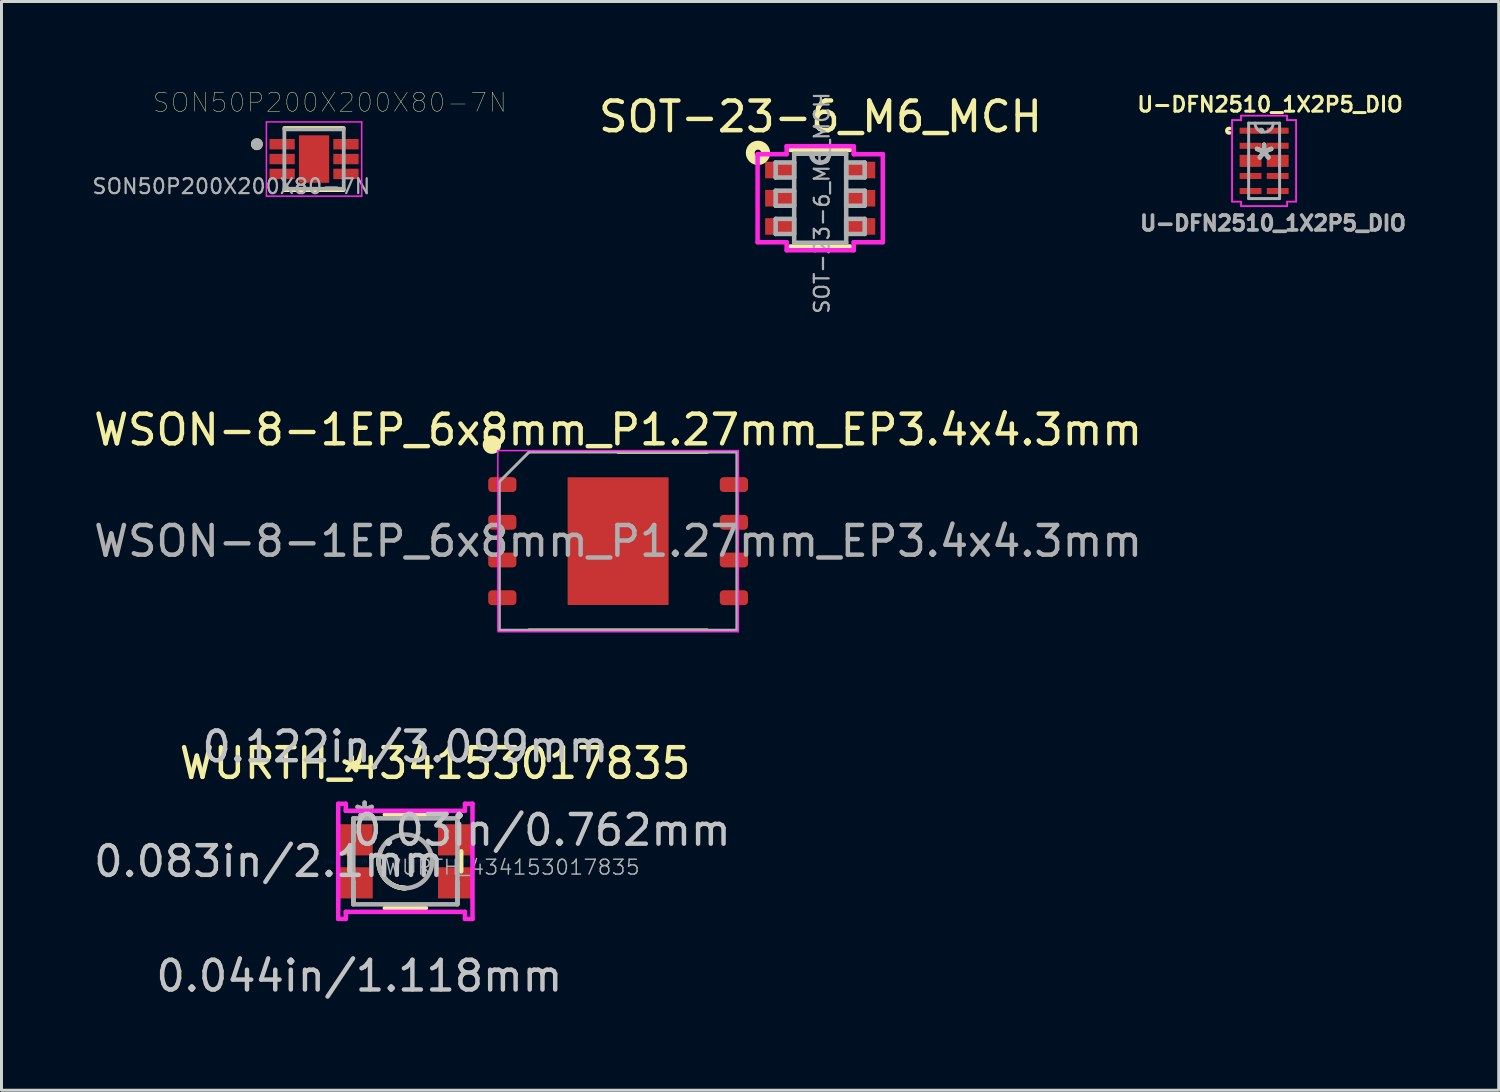
<source format=kicad_pcb>
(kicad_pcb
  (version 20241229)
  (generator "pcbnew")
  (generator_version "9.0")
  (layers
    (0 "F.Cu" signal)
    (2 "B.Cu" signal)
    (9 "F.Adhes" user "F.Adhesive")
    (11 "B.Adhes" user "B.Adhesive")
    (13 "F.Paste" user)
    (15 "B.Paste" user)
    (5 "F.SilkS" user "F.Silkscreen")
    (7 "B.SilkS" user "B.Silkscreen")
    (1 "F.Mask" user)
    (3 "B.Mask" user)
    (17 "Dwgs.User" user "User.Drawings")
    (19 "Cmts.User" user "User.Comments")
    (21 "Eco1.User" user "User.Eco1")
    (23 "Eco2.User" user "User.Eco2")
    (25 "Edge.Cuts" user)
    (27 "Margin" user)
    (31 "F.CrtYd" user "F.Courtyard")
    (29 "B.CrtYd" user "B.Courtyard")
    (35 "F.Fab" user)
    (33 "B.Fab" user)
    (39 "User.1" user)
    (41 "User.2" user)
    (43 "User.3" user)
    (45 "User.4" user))
  (footprint "SOT-23-6_M6_MCH"
    (layer "F.Cu")
    (at 24.574 3.626)
    (property "Reference" "SOT-23-6_M6_MCH" (at 0.01 -2.746 0) (layer "F.SilkS") (effects (font (size 1 1) (thickness 0.15))))
    (attr through_hole)
    (fp_line (start -1.003 1.626) (end 1.003 1.626) (stroke (width 0.152) (type solid)) (layer "F.SilkS"))
    (fp_line (start 1.003 -1.626) (end -1.003 -1.626) (stroke (width 0.152) (type solid)) (layer "F.SilkS"))
    (fp_circle (center -2.095 -1.527) (end -1.986 -1.516) (stroke (width 0.3) (type solid)) (fill no) (layer "F.SilkS"))
    (fp_line (start -2.108 -1.483) (end -1.13 -1.483) (stroke (width 0.152) (type solid)) (layer "F.CrtYd"))
    (fp_line (start -2.108 1.483) (end -2.108 -1.483) (stroke (width 0.152) (type solid)) (layer "F.CrtYd"))
    (fp_line (start -1.13 -1.753) (end 1.13 -1.753) (stroke (width 0.152) (type solid)) (layer "F.CrtYd"))
    (fp_line (start -1.13 -1.483) (end -1.13 -1.753) (stroke (width 0.152) (type solid)) (layer "F.CrtYd"))
    (fp_line (start -1.13 1.483) (end -2.108 1.483) (stroke (width 0.152) (type solid)) (layer "F.CrtYd"))
    (fp_line (start -1.13 1.753) (end -1.13 1.483) (stroke (width 0.152) (type solid)) (layer "F.CrtYd"))
    (fp_line (start 1.13 -1.753) (end 1.13 -1.483) (stroke (width 0.152) (type solid)) (layer "F.CrtYd"))
    (fp_line (start 1.13 -1.483) (end 2.108 -1.483) (stroke (width 0.152) (type solid)) (layer "F.CrtYd"))
    (fp_line (start 1.13 1.483) (end 1.13 1.753) (stroke (width 0.152) (type solid)) (layer "F.CrtYd"))
    (fp_line (start 1.13 1.753) (end -1.13 1.753) (stroke (width 0.152) (type solid)) (layer "F.CrtYd"))
    (fp_line (start 2.108 -1.483) (end 2.108 1.483) (stroke (width 0.152) (type solid)) (layer "F.CrtYd"))
    (fp_line (start 2.108 1.483) (end 1.13 1.483) (stroke (width 0.152) (type solid)) (layer "F.CrtYd"))
    (fp_line (start -1.499 -1.204) (end -1.499 -0.696) (stroke (width 0.152) (type solid)) (layer "F.Fab"))
    (fp_line (start -1.499 -0.696) (end -0.876 -0.696) (stroke (width 0.152) (type solid)) (layer "F.Fab"))
    (fp_line (start -1.499 -0.254) (end -1.499 0.254) (stroke (width 0.152) (type solid)) (layer "F.Fab"))
    (fp_line (start -1.499 0.254) (end -0.876 0.254) (stroke (width 0.152) (type solid)) (layer "F.Fab"))
    (fp_line (start -1.499 0.696) (end -1.499 1.204) (stroke (width 0.152) (type solid)) (layer "F.Fab"))
    (fp_line (start -1.499 1.204) (end -0.876 1.204) (stroke (width 0.152) (type solid)) (layer "F.Fab"))
    (fp_line (start -0.876 -1.499) (end -0.876 1.499) (stroke (width 0.152) (type solid)) (layer "F.Fab"))
    (fp_line (start -0.876 -1.204) (end -1.499 -1.204) (stroke (width 0.152) (type solid)) (layer "F.Fab"))
    (fp_line (start -0.876 -0.696) (end -0.876 -1.204) (stroke (width 0.152) (type solid)) (layer "F.Fab"))
    (fp_line (start -0.876 -0.254) (end -1.499 -0.254) (stroke (width 0.152) (type solid)) (layer "F.Fab"))
    (fp_line (start -0.876 0.254) (end -0.876 -0.254) (stroke (width 0.152) (type solid)) (layer "F.Fab"))
    (fp_line (start -0.876 0.696) (end -1.499 0.696) (stroke (width 0.152) (type solid)) (layer "F.Fab"))
    (fp_line (start -0.876 1.204) (end -0.876 0.696) (stroke (width 0.152) (type solid)) (layer "F.Fab"))
    (fp_line (start -0.876 1.499) (end 0.876 1.499) (stroke (width 0.152) (type solid)) (layer "F.Fab"))
    (fp_line (start 0.876 -1.499) (end -0.876 -1.499) (stroke (width 0.152) (type solid)) (layer "F.Fab"))
    (fp_line (start 0.876 -1.204) (end 0.876 -0.696) (stroke (width 0.152) (type solid)) (layer "F.Fab"))
    (fp_line (start 0.876 -0.696) (end 1.499 -0.696) (stroke (width 0.152) (type solid)) (layer "F.Fab"))
    (fp_line (start 0.876 -0.254) (end 0.876 0.254) (stroke (width 0.152) (type solid)) (layer "F.Fab"))
    (fp_line (start 0.876 0.254) (end 1.499 0.254) (stroke (width 0.152) (type solid)) (layer "F.Fab"))
    (fp_line (start 0.876 0.696) (end 0.876 1.204) (stroke (width 0.152) (type solid)) (layer "F.Fab"))
    (fp_line (start 0.876 1.204) (end 1.499 1.204) (stroke (width 0.152) (type solid)) (layer "F.Fab"))
    (fp_line (start 0.876 1.499) (end 0.876 -1.499) (stroke (width 0.152) (type solid)) (layer "F.Fab"))
    (fp_line (start 1.499 -1.204) (end 0.876 -1.204) (stroke (width 0.152) (type solid)) (layer "F.Fab"))
    (fp_line (start 1.499 -0.696) (end 1.499 -1.204) (stroke (width 0.152) (type solid)) (layer "F.Fab"))
    (fp_line (start 1.499 -0.254) (end 0.876 -0.254) (stroke (width 0.152) (type solid)) (layer "F.Fab"))
    (fp_line (start 1.499 0.254) (end 1.499 -0.254) (stroke (width 0.152) (type solid)) (layer "F.Fab"))
    (fp_line (start 1.499 0.696) (end 0.876 0.696) (stroke (width 0.152) (type solid)) (layer "F.Fab"))
    (fp_line (start 1.499 1.204) (end 1.499 0.696) (stroke (width 0.152) (type solid)) (layer "F.Fab"))
    (fp_arc (start 0.3048 -1.4986) (mid 0 -1.1938) (end -0.3048 -1.4986) (stroke (width 0.1524) (type solid)) (layer "F.Fab"))
    (fp_text user "${REFERENCE}" (at 0.058 0.163 90) (layer "F.Fab") (effects (font (size 0.5 0.5) (thickness 0.075))))
    (pad "1" smd rect (at -1.365 -0.95) (size 0.978 0.559) (layers "F.Cu" "F.Mask" "F.Paste"))
    (pad "2" smd rect (at -1.365 0) (size 0.978 0.559) (layers "F.Cu" "F.Mask" "F.Paste"))
    (pad "3" smd rect (at -1.365 0.95) (size 0.978 0.559) (layers "F.Cu" "F.Mask" "F.Paste"))
    (pad "4" smd rect (at 1.365 0.95) (size 0.978 0.559) (layers "F.Cu" "F.Mask" "F.Paste"))
    (pad "5" smd rect (at 1.365 0) (size 0.978 0.559) (layers "F.Cu" "F.Mask" "F.Paste"))
    (pad "6" smd rect (at 1.365 -0.95) (size 0.978 0.559) (layers "F.Cu" "F.Mask" "F.Paste")))
  (footprint "WURTH_434153017835"
    (layer "F.Cu")
    (at 10.603 25.96)
    (property "Reference" "WURTH_434153017835" (at 1 -3.3 0) (layer "F.SilkS") (effects (font (size 1 1) (thickness 0.15))))
    (attr through_hole)
    (fp_line (start -1.88 -0.336) (end -1.88 0.336) (stroke (width 0.152) (type solid)) (layer "F.SilkS"))
    (fp_line (start -0.691 1.575) (end 0.691 1.575) (stroke (width 0.152) (type solid)) (layer "F.SilkS"))
    (fp_line (start 0.691 -1.575) (end -0.691 -1.575) (stroke (width 0.152) (type solid)) (layer "F.SilkS"))
    (fp_line (start 1.88 0.336) (end 1.88 -0.336) (stroke (width 0.152) (type solid)) (layer "F.SilkS"))
    (fp_arc (start -0.9017 0) (mid -0.879659 -0.198148) (end -0.814614 -0.386609) (stroke (width 0.1524) (type solid)) (layer "F.SilkS"))
    (fp_arc (start 0 0.9017) (mid -0.662912 0.611237) (end -0.898739 -0.07302) (stroke (width 0.1524) (type solid)) (layer "F.SilkS"))
    (fp_arc (start 0 0.9017) (mid -0.662912 0.611236) (end -0.898738 -0.073021) (stroke (width 0.1524) (type solid)) (layer "F.SilkS"))
    (fp_arc (start 0 0.9017) (mid -0.386609 0.814614) (end -0.698541 0.570179) (stroke (width 0.1524) (type solid)) (layer "F.SilkS"))
    (fp_arc (start 0 0.9017) (mid -0.198148 0.879659) (end -0.386609 0.814614) (stroke (width 0.1524) (type solid)) (layer "F.SilkS"))
    (fp_line (start -2.261 -1.939) (end -2.007 -1.939) (stroke (width 0.152) (type solid)) (layer "F.CrtYd"))
    (fp_line (start -2.261 1.939) (end -2.261 -1.939) (stroke (width 0.152) (type solid)) (layer "F.CrtYd"))
    (fp_line (start -2.007 -1.939) (end -2.007 -1.702) (stroke (width 0.152) (type solid)) (layer "F.CrtYd"))
    (fp_line (start -2.007 -1.702) (end 2.007 -1.702) (stroke (width 0.152) (type solid)) (layer "F.CrtYd"))
    (fp_line (start -2.007 1.702) (end -2.007 1.939) (stroke (width 0.152) (type solid)) (layer "F.CrtYd"))
    (fp_line (start -2.007 1.939) (end -2.261 1.939) (stroke (width 0.152) (type solid)) (layer "F.CrtYd"))
    (fp_line (start 2.007 -1.939) (end 2.261 -1.939) (stroke (width 0.152) (type solid)) (layer "F.CrtYd"))
    (fp_line (start 2.007 -1.702) (end 2.007 -1.939) (stroke (width 0.152) (type solid)) (layer "F.CrtYd"))
    (fp_line (start 2.007 1.702) (end -2.007 1.702) (stroke (width 0.152) (type solid)) (layer "F.CrtYd"))
    (fp_line (start 2.007 1.939) (end 2.007 1.702) (stroke (width 0.152) (type solid)) (layer "F.CrtYd"))
    (fp_line (start 2.261 -1.939) (end 2.261 1.939) (stroke (width 0.152) (type solid)) (layer "F.CrtYd"))
    (fp_line (start 2.261 1.939) (end 2.007 1.939) (stroke (width 0.152) (type solid)) (layer "F.CrtYd"))
    (fp_line (start -1.753 -1.448) (end -1.753 1.448) (stroke (width 0.152) (type solid)) (layer "F.Fab"))
    (fp_line (start -1.753 -1.406) (end -1.753 -1.406) (stroke (width 0.152) (type solid)) (layer "F.Fab"))
    (fp_line (start -1.753 -1.406) (end -1.753 -0.694) (stroke (width 0.152) (type solid)) (layer "F.Fab"))
    (fp_line (start -1.753 -0.694) (end -1.753 -1.406) (stroke (width 0.152) (type solid)) (layer "F.Fab"))
    (fp_line (start -1.753 -0.694) (end -1.753 -0.694) (stroke (width 0.152) (type solid)) (layer "F.Fab"))
    (fp_line (start -1.753 0.694) (end -1.753 0.694) (stroke (width 0.152) (type solid)) (layer "F.Fab"))
    (fp_line (start -1.753 0.694) (end -1.753 1.406) (stroke (width 0.152) (type solid)) (layer "F.Fab"))
    (fp_line (start -1.753 1.406) (end -1.753 0.694) (stroke (width 0.152) (type solid)) (layer "F.Fab"))
    (fp_line (start -1.753 1.406) (end -1.753 1.406) (stroke (width 0.152) (type solid)) (layer "F.Fab"))
    (fp_line (start -1.753 1.448) (end 1.753 1.448) (stroke (width 0.152) (type solid)) (layer "F.Fab"))
    (fp_line (start 1.753 -1.448) (end -1.753 -1.448) (stroke (width 0.152) (type solid)) (layer "F.Fab"))
    (fp_line (start 1.753 -1.406) (end 1.753 -1.406) (stroke (width 0.152) (type solid)) (layer "F.Fab"))
    (fp_line (start 1.753 -1.406) (end 1.753 -0.694) (stroke (width 0.152) (type solid)) (layer "F.Fab"))
    (fp_line (start 1.753 -0.694) (end 1.753 -1.406) (stroke (width 0.152) (type solid)) (layer "F.Fab"))
    (fp_line (start 1.753 -0.694) (end 1.753 -0.694) (stroke (width 0.152) (type solid)) (layer "F.Fab"))
    (fp_line (start 1.753 0.694) (end 1.753 0.694) (stroke (width 0.152) (type solid)) (layer "F.Fab"))
    (fp_line (start 1.753 0.694) (end 1.753 1.406) (stroke (width 0.152) (type solid)) (layer "F.Fab"))
    (fp_line (start 1.753 1.406) (end 1.753 0.694) (stroke (width 0.152) (type solid)) (layer "F.Fab"))
    (fp_line (start 1.753 1.406) (end 1.753 1.406) (stroke (width 0.152) (type solid)) (layer "F.Fab"))
    (fp_line (start 1.753 1.448) (end 1.753 -1.448) (stroke (width 0.152) (type solid)) (layer "F.Fab"))
    (fp_circle (center 0 0) (end 0.902 0) (stroke (width 0.152) (type solid)) (fill no) (layer "F.Fab"))
    (fp_text user "*" (at -1.803 -2.955 0) (layer "F.SilkS") (effects (font (size 1 1) (thickness 0.15))))
    (fp_text user "*" (at -1.803 -2.955 0) (layer "F.SilkS") (effects (font (size 1 1) (thickness 0.15))))
    (fp_text user "0.083in/2.1mm" (at -4.597 0 0) (layer "Dwgs.User") (effects (font (size 1 1) (thickness 0.15))))
    (fp_text user "0.03in/0.762mm" (at 4.597 -1.05 0) (layer "Dwgs.User") (effects (font (size 1 1) (thickness 0.15))))
    (fp_text user "0.044in/1.118mm" (at -1.549 3.861 0) (layer "Dwgs.User") (effects (font (size 1 1) (thickness 0.15))))
    (fp_text user "0.122in/3.099mm" (at 0 -3.861 0) (layer "Dwgs.User") (effects (font (size 1 1) (thickness 0.15))))
    (fp_text user "Copyright 2016 Accelerated Designs. All rights reserved." (at 0 0 0) (layer "Cmts.User") (effects (font (size 0.127 0.127) (thickness 0.002))))
    (fp_text user "*" (at -1.372 -1.431 0) (layer "F.Fab") (effects (font (size 1 1) (thickness 0.15))))
    (fp_text user "*" (at -1.372 -1.431 0) (layer "F.Fab") (effects (font (size 1 1) (thickness 0.15))))
    (fp_text user "${REFERENCE}" (at 3.6 0.2 0) (layer "F.Fab") (effects (font (size 0.5 0.5) (thickness 0.05))))
    (pad "1" smd rect (at -1.675 -0.725) (size 1.15 1.05) (layers "F.Cu" "F.Mask" "F.Paste"))
    (pad "2" smd rect (at -1.675 0.725) (size 1.15 1.05) (layers "F.Cu" "F.Mask" "F.Paste"))
    (pad "3" smd rect (at 1.675 -0.725) (size 1.15 1.05) (layers "F.Cu" "F.Mask" "F.Paste"))
    (pad "4" smd rect (at 1.675 0.725) (size 1.15 1.05) (layers "F.Cu" "F.Mask" "F.Paste")))
  (footprint "SON50P200X200X80-7N"
    (layer "F.Cu")
    (at 7.527 2.307)
    (property "Reference" "SON50P200X200X80-7N" (at 0.532 -1.906 0) (layer "F.SilkS") (effects (font (size 0.64 0.64) (thickness 0.015))))
    (attr through_hole)
    (fp_line (start -1 -1.045) (end 1 -1.045) (stroke (width 0.127) (type solid)) (layer "F.SilkS"))
    (fp_line (start -1 1.045) (end 1 1.045) (stroke (width 0.127) (type solid)) (layer "F.SilkS"))
    (fp_circle (center -1.925 -0.5) (end -1.825 -0.5) (stroke (width 0.2) (type solid)) (fill no) (layer "F.SilkS"))
    (fp_poly (pts (xy -0.29 -0.46) (xy 0.29 -0.46) (xy 0.29 0.46) (xy -0.29 0.46)) (stroke (width 0.01) (type solid)) (fill yes) (layer "F.Paste"))
    (fp_line (start -1.605 -1.25) (end -1.605 1.25) (stroke (width 0.05) (type solid)) (layer "F.CrtYd"))
    (fp_line (start -1.605 -1.25) (end 1.605 -1.25) (stroke (width 0.05) (type solid)) (layer "F.CrtYd"))
    (fp_line (start -1.605 1.25) (end 1.605 1.25) (stroke (width 0.05) (type solid)) (layer "F.CrtYd"))
    (fp_line (start 1.605 -1.25) (end 1.605 1.25) (stroke (width 0.05) (type solid)) (layer "F.CrtYd"))
    (fp_line (start -1 -1) (end -1 1) (stroke (width 0.127) (type solid)) (layer "F.Fab"))
    (fp_line (start -1 -1) (end 1 -1) (stroke (width 0.127) (type solid)) (layer "F.Fab"))
    (fp_line (start -1 1) (end 1 1) (stroke (width 0.127) (type solid)) (layer "F.Fab"))
    (fp_line (start 1 -1) (end 1 1) (stroke (width 0.127) (type solid)) (layer "F.Fab"))
    (fp_circle (center -1.925 -0.5) (end -1.825 -0.5) (stroke (width 0.2) (type solid)) (fill no) (layer "F.Fab"))
    (fp_text user "${REFERENCE}" (at -2.786 0.919 0) (layer "F.Fab") (effects (font (size 0.5 0.5) (thickness 0.075))))
    (pad "1" smd rect (at -1.075 -0.5) (size 0.85 0.35) (layers "F.Cu" "F.Mask" "F.Paste"))
    (pad "2" smd rect (at -1.075 0) (size 0.85 0.35) (layers "F.Cu" "F.Mask" "F.Paste"))
    (pad "3" smd rect (at -1.075 0.5) (size 0.85 0.35) (layers "F.Cu" "F.Mask" "F.Paste"))
    (pad "4" smd rect (at 1.075 0.5) (size 0.85 0.35) (layers "F.Cu" "F.Mask" "F.Paste"))
    (pad "5" smd rect (at 1.075 0) (size 0.85 0.35) (layers "F.Cu" "F.Mask" "F.Paste"))
    (pad "6" smd rect (at 1.075 -0.5) (size 0.85 0.35) (layers "F.Cu" "F.Mask" "F.Paste"))
    (pad "7" smd rect (at 0 0) (size 1.02 1.6) (layers "F.Cu" "F.Mask")))
  (footprint "U-DFN2510_1X2P5_DIO"
    (layer "F.Cu")
    (at 39.526 2.368)
    (property "Reference" "U-DFN2510_1X2P5_DIO" (at 0.2 -1.9 0) (layer "F.SilkS") (effects (font (size 0.5 0.5) (thickness 0.1))))
    (attr through_hole)
    (fp_arc (start -1.15824 -0.94331) (mid -1.2573 -1.016) (end -1.15824 -1.08869) (stroke (width 0.12) (type solid)) (layer "F.SilkS"))
    (fp_line (start -1.079 -1.372) (end -0.775 -1.372) (stroke (width 0.05) (type solid)) (layer "F.CrtYd"))
    (fp_line (start -1.079 -1.372) (end -0.775 -1.372) (stroke (width 0.05) (type solid)) (layer "F.CrtYd"))
    (fp_line (start -1.079 1.372) (end -1.079 -1.372) (stroke (width 0.05) (type solid)) (layer "F.CrtYd"))
    (fp_line (start -1.079 1.372) (end -1.079 -1.372) (stroke (width 0.05) (type solid)) (layer "F.CrtYd"))
    (fp_line (start -1.079 1.372) (end -0.775 1.372) (stroke (width 0.05) (type solid)) (layer "F.CrtYd"))
    (fp_line (start -0.775 -1.524) (end 0.775 -1.524) (stroke (width 0.05) (type solid)) (layer "F.CrtYd"))
    (fp_line (start -0.775 -1.524) (end 0.775 -1.524) (stroke (width 0.05) (type solid)) (layer "F.CrtYd"))
    (fp_line (start -0.775 -1.372) (end -0.775 -1.524) (stroke (width 0.05) (type solid)) (layer "F.CrtYd"))
    (fp_line (start -0.775 -1.372) (end -0.775 -1.524) (stroke (width 0.05) (type solid)) (layer "F.CrtYd"))
    (fp_line (start -0.775 1.372) (end -1.079 1.372) (stroke (width 0.05) (type solid)) (layer "F.CrtYd"))
    (fp_line (start -0.775 1.524) (end -0.775 1.372) (stroke (width 0.05) (type solid)) (layer "F.CrtYd"))
    (fp_line (start -0.775 1.524) (end -0.775 1.372) (stroke (width 0.05) (type solid)) (layer "F.CrtYd"))
    (fp_line (start 0.775 -1.524) (end 0.775 -1.372) (stroke (width 0.05) (type solid)) (layer "F.CrtYd"))
    (fp_line (start 0.775 -1.524) (end 0.775 -1.372) (stroke (width 0.05) (type solid)) (layer "F.CrtYd"))
    (fp_line (start 0.775 -1.372) (end 1.079 -1.372) (stroke (width 0.05) (type solid)) (layer "F.CrtYd"))
    (fp_line (start 0.775 1.372) (end 0.775 1.524) (stroke (width 0.05) (type solid)) (layer "F.CrtYd"))
    (fp_line (start 0.775 1.372) (end 0.775 1.524) (stroke (width 0.05) (type solid)) (layer "F.CrtYd"))
    (fp_line (start 0.775 1.524) (end -0.775 1.524) (stroke (width 0.05) (type solid)) (layer "F.CrtYd"))
    (fp_line (start 0.775 1.524) (end -0.775 1.524) (stroke (width 0.05) (type solid)) (layer "F.CrtYd"))
    (fp_line (start 1.079 -1.372) (end 0.775 -1.372) (stroke (width 0.05) (type solid)) (layer "F.CrtYd"))
    (fp_line (start 1.079 -1.372) (end 1.079 1.372) (stroke (width 0.05) (type solid)) (layer "F.CrtYd"))
    (fp_line (start 1.079 -1.372) (end 1.079 1.372) (stroke (width 0.05) (type solid)) (layer "F.CrtYd"))
    (fp_line (start 1.079 1.372) (end 0.775 1.372) (stroke (width 0.05) (type solid)) (layer "F.CrtYd"))
    (fp_line (start 1.079 1.372) (end 0.775 1.372) (stroke (width 0.05) (type solid)) (layer "F.CrtYd"))
    (fp_line (start -0.521 -1.27) (end -0.521 1.27) (stroke (width 0.1) (type solid)) (layer "F.Fab"))
    (fp_line (start -0.521 1.27) (end 0.521 1.27) (stroke (width 0.1) (type solid)) (layer "F.Fab"))
    (fp_line (start 0.521 -1.27) (end -0.521 -1.27) (stroke (width 0.1) (type solid)) (layer "F.Fab"))
    (fp_line (start 0.521 1.27) (end 0.521 -1.27) (stroke (width 0.1) (type solid)) (layer "F.Fab"))
    (fp_arc (start 0.3048 -1.27) (mid 0 -0.9652) (end -0.3048 -1.27) (stroke (width 0.1) (type solid)) (layer "F.Fab"))
    (fp_circle (center -0.089 -1.016) (end -0.089 -1.016) (stroke (width 0.1) (type solid)) (fill no) (layer "F.Fab"))
    (fp_text user "*" (at 0 0 0) (layer "F.SilkS") (effects (font (size 1 1) (thickness 0.15))))
    (fp_text user "${REFERENCE}" (at 0.3 2.1 0) (layer "F.Fab") (effects (font (size 0.5 0.5) (thickness 0.125))))
    (fp_text user "*" (at 0 0 0) (layer "F.Fab") (effects (font (size 1 1) (thickness 0.15))))
    (pad "1" smd rect (at -0.457 -1.016) (size 0.737 0.203) (layers "F.Cu" "F.Mask" "F.Paste"))
    (pad "2" smd rect (at -0.457 -0.508) (size 0.737 0.203) (layers "F.Cu" "F.Mask" "F.Paste"))
    (pad "3" smd rect (at -0.457 0) (size 0.737 0.406) (layers "F.Cu" "F.Mask" "F.Paste"))
    (pad "4" smd rect (at -0.457 0.508) (size 0.737 0.203) (layers "F.Cu" "F.Mask" "F.Paste"))
    (pad "5" smd rect (at -0.457 1.016) (size 0.737 0.203) (layers "F.Cu" "F.Mask" "F.Paste"))
    (pad "6" smd rect (at 0.457 1.016) (size 0.737 0.203) (layers "F.Cu" "F.Mask" "F.Paste"))
    (pad "7" smd rect (at 0.457 0.508) (size 0.737 0.203) (layers "F.Cu" "F.Mask" "F.Paste"))
    (pad "8" smd rect (at 0.457 0) (size 0.737 0.406) (layers "F.Cu" "F.Mask" "F.Paste"))
    (pad "9" smd rect (at 0.457 -0.508) (size 0.737 0.203) (layers "F.Cu" "F.Mask" "F.Paste"))
    (pad "10" smd rect (at 0.457 -1.016) (size 0.737 0.203) (layers "F.Cu" "F.Mask" "F.Paste")))
  (footprint "WSON-8-1EP_6x8mm_P1.27mm_EP3.4x4.3mm"
    (layer "F.Cu")
    (at 17.768 15.176)
    (property "Reference" "WSON-8-1EP_6x8mm_P1.27mm_EP3.4x4.3mm" (at 0 -3.75 0) (layer "F.SilkS") (effects (font (size 1 1) (thickness 0.15))))
    (attr smd)
    (fp_line (start -3 3) (end 3 3) (stroke (width 0.12) (type solid)) (layer "F.SilkS"))
    (fp_line (start 0 -3) (end 3 -3) (stroke (width 0.12) (type solid)) (layer "F.SilkS"))
    (fp_circle (center -4.25 -3.25) (end -4 -3.25) (stroke (width 0.12) (type solid)) (fill yes) (layer "F.SilkS"))
    (fp_line (start -4.05 -3.05) (end -4.05 3) (stroke (width 0.05) (type solid)) (layer "F.CrtYd"))
    (fp_line (start -4.05 3.05) (end 4.05 3.05) (stroke (width 0.05) (type solid)) (layer "F.CrtYd"))
    (fp_line (start 4.05 -3.05) (end -4.05 -3.05) (stroke (width 0.05) (type solid)) (layer "F.CrtYd"))
    (fp_line (start 4.05 3.05) (end 4.05 -3.05) (stroke (width 0.05) (type solid)) (layer "F.CrtYd"))
    (fp_line (start -4 -2) (end -3 -3) (stroke (width 0.1) (type solid)) (layer "F.Fab"))
    (fp_line (start -4 3) (end -4 -2) (stroke (width 0.1) (type solid)) (layer "F.Fab"))
    (fp_line (start -3 -3) (end 4 -3) (stroke (width 0.1) (type solid)) (layer "F.Fab"))
    (fp_line (start 4 -3) (end 4 3) (stroke (width 0.1) (type solid)) (layer "F.Fab"))
    (fp_line (start 4 3) (end -4 3) (stroke (width 0.1) (type solid)) (layer "F.Fab"))
    (fp_text user "${REFERENCE}" (at 0 0 0) (layer "F.Fab") (effects (font (size 1 1) (thickness 0.15))))
    (pad "" smd roundrect (at -0.85 -1) (size 1.37 1.61) (layers "F.Paste") (roundrect_rratio 0.182))
    (pad "" smd roundrect (at -0.85 1) (size 1.37 1.61) (layers "F.Paste") (roundrect_rratio 0.182))
    (pad "" smd roundrect (at 0.85 -1) (size 1.37 1.61) (layers "F.Paste") (roundrect_rratio 0.182))
    (pad "" smd roundrect (at 0.85 1) (size 1.37 1.61) (layers "F.Paste") (roundrect_rratio 0.182))
    (pad "1" smd roundrect (at -3.9 -1.905) (size 0.95 0.5) (layers "F.Cu" "F.Mask" "F.Paste") (roundrect_rratio 0.25))
    (pad "2" smd roundrect (at -3.9 -0.635) (size 0.95 0.5) (layers "F.Cu" "F.Mask" "F.Paste") (roundrect_rratio 0.25))
    (pad "3" smd roundrect (at -3.9 0.635) (size 0.95 0.5) (layers "F.Cu" "F.Mask" "F.Paste") (roundrect_rratio 0.25))
    (pad "4" smd roundrect (at -3.9 1.905) (size 0.95 0.5) (layers "F.Cu" "F.Mask" "F.Paste") (roundrect_rratio 0.25))
    (pad "5" smd roundrect (at 3.9 1.905) (size 0.95 0.5) (layers "F.Cu" "F.Mask" "F.Paste") (roundrect_rratio 0.25))
    (pad "6" smd roundrect (at 3.9 0.635) (size 0.95 0.5) (layers "F.Cu" "F.Mask" "F.Paste") (roundrect_rratio 0.25))
    (pad "7" smd roundrect (at 3.9 -0.635) (size 0.95 0.5) (layers "F.Cu" "F.Mask" "F.Paste") (roundrect_rratio 0.25))
    (pad "8" smd roundrect (at 3.9 -1.905) (size 0.95 0.5) (layers "F.Cu" "F.Mask" "F.Paste") (roundrect_rratio 0.25))
    (pad "9" smd rect (at 0 0) (size 3.4 4.3) (layers "F.Cu" "F.Mask")))
  (gr_rect
    (start -3 -3)
    (end 47.427 33.669)
    (stroke (width 0.1) (type default))
    (fill no)
    (layer "Edge.Cuts")))
</source>
